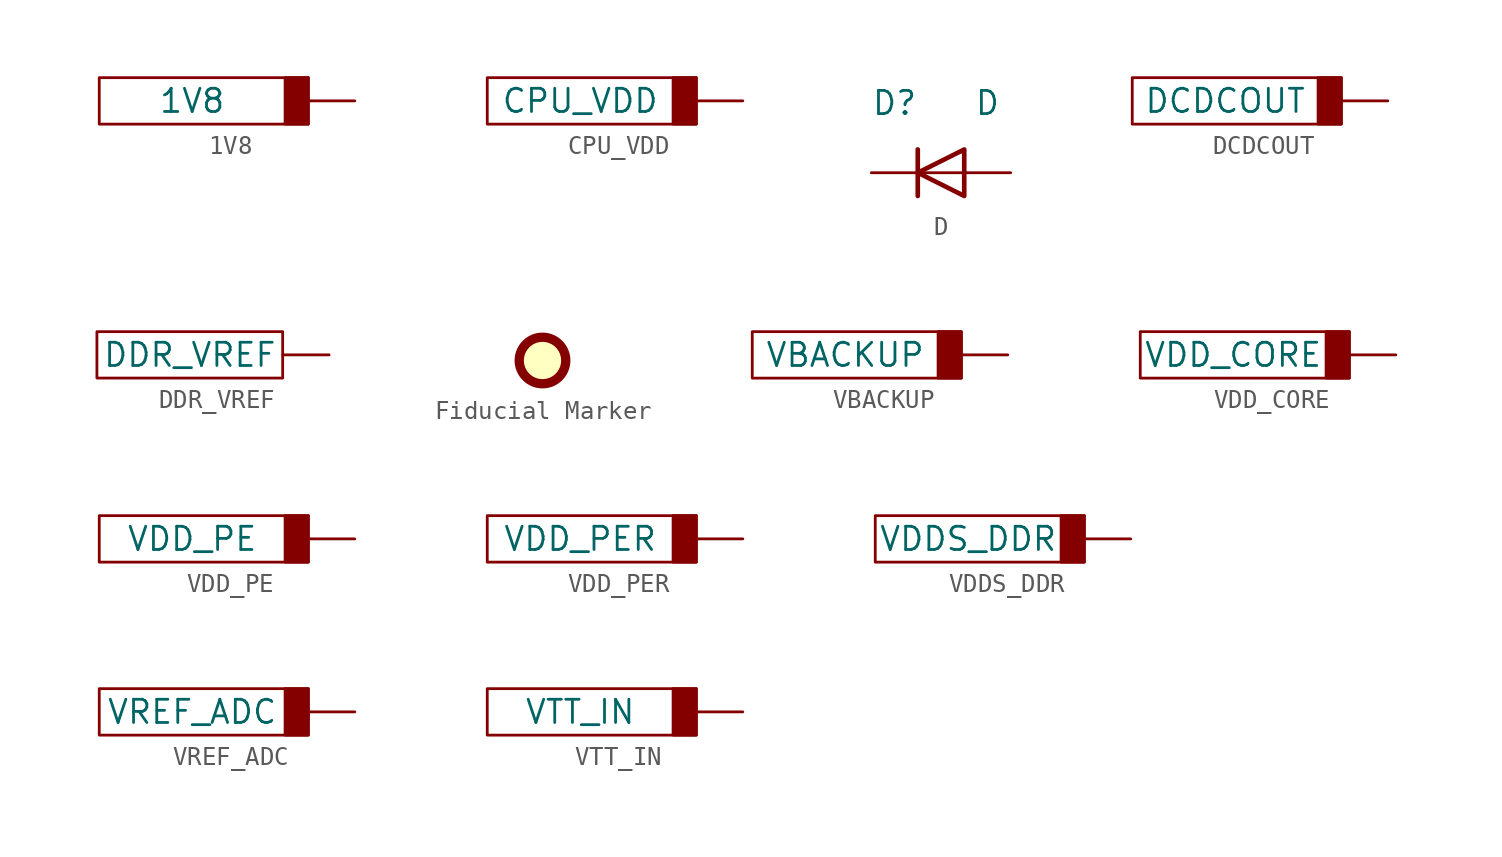
<source format=kicad_sym>
(kicad_symbol_lib
  (version 20211014)
  (generator kicad_symbol_editor)
  (symbol "1V8"
    (power)
    (pin_names
      (offset 0))
    (property "Reference" "#PWR"
      (at 5.08 1.27 0)
      (effects (font (size 1.27 1.27)) hide))
    (property "Value" "1V8"
      (at 5.08 -1.27 0)
      (effects (font (size 1.27 1.27))))
    (symbol "1V8_0_1"
      (polyline (pts (xy 13.97 -1.27) (xy 11.43 -1.27)) (stroke (width 0) (type default) (color 0 0 0 0)) (fill (type none)))
      (rectangle (start 11.43 -2.54) (end 0 0) (stroke (width 0) (type default) (color 0 0 0 0)) (fill (type none)))
      (rectangle (start 11.43 -2.54) (end 10.16 0) (stroke (width 0) (type default) (color 0 0 0 0)) (fill (type outline))))
    (symbol "1V8_1_1"
      (pin power_in line (at 13.97 -1.27 180) (length 0) hide (name "1V8" (effects (font (size 1.27 1.27)))) (number "1" (effects (font (size 1.27 1.27)))))))
  (symbol "CPU_VDD"
    (power)
    (pin_names
      (offset 0))
    (property "Reference" "#PWR"
      (at 5.08 1.27 0)
      (effects (font (size 1.27 1.27)) hide))
    (property "Value" "CPU_VDD"
      (at 5.08 -1.27 0)
      (effects (font (size 1.27 1.27))))
    (symbol "CPU_VDD_0_1"
      (polyline (pts (xy 13.97 -1.27) (xy 11.43 -1.27)) (stroke (width 0) (type default) (color 0 0 0 0)) (fill (type none)))
      (rectangle (start 11.43 -2.54) (end 0 0) (stroke (width 0) (type default) (color 0 0 0 0)) (fill (type none)))
      (rectangle (start 11.43 -2.54) (end 10.16 0) (stroke (width 0) (type default) (color 0 0 0 0)) (fill (type outline))))
    (symbol "CPU_VDD_1_1"
      (pin power_in line (at 13.97 -1.27 180) (length 0) hide (name "CPU_VDD" (effects (font (size 1.27 1.27)))) (number "1" (effects (font (size 1.27 1.27)))))))
  (symbol "D"
    (pin_numbers hide)
    (pin_names
      (offset 1.016) hide)
    (property "Reference" "D"
      (at -2.54 3.81 0)
      (effects (font (size 1.27 1.27))))
    (property "Value" "D"
      (at 2.54 3.81 0)
      (effects (font (size 1.27 1.27))))
    (symbol "D_0_1"
      (polyline (pts (xy -1.27 1.27) (xy -1.27 -1.27)) (stroke (width 0.254) (type default) (color 0 0 0 0)) (fill (type none)))
      (polyline (pts (xy 1.27 0) (xy -1.27 0)) (stroke (width 0) (type default) (color 0 0 0 0)) (fill (type none)))
      (polyline (pts (xy 1.27 1.27) (xy 1.27 -1.27) (xy -1.27 0) (xy 1.27 1.27)) (stroke (width 0.254) (type default) (color 0 0 0 0)) (fill (type none))))
    (symbol "D_1_1"
      (pin passive line (at -3.81 0 0) (length 2.54) (name "K" (effects (font (size 1.27 1.27)))) (number "1" (effects (font (size 1.27 1.27)))))
      (pin passive line (at 3.81 0 180) (length 2.54) (name "A" (effects (font (size 1.27 1.27)))) (number "2" (effects (font (size 1.27 1.27)))))))
  (symbol "DCDCOUT"
    (power)
    (pin_names
      (offset 0))
    (property "Reference" "#PWR"
      (at 5.08 1.27 0)
      (effects (font (size 1.27 1.27)) hide))
    (property "Value" "DCDCOUT"
      (at 5.08 -1.27 0)
      (effects (font (size 1.27 1.27))))
    (symbol "DCDCOUT_0_1"
      (polyline (pts (xy 13.97 -1.27) (xy 11.43 -1.27)) (stroke (width 0) (type default) (color 0 0 0 0)) (fill (type none)))
      (rectangle (start 11.43 -2.54) (end 0 0) (stroke (width 0) (type default) (color 0 0 0 0)) (fill (type none)))
      (rectangle (start 11.43 -2.54) (end 10.16 0) (stroke (width 0) (type default) (color 0 0 0 0)) (fill (type outline))))
    (symbol "DCDCOUT_1_1"
      (pin power_in line (at 13.97 -1.27 180) (length 0) hide (name "DCDCOUT" (effects (font (size 1.27 1.27)))) (number "1" (effects (font (size 1.27 1.27)))))))
  (symbol "DDR_VREF"
    (power)
    (pin_names
      (offset 0))
    (property "Reference" "#PWR"
      (at 5.08 1.27 0)
      (effects (font (size 1.27 1.27)) hide))
    (property "Value" "DDR_VREF"
      (at 5.08 -1.27 0)
      (effects (font (size 1.27 1.27))))
    (symbol "DDR_VREF_0_1"
      (polyline (pts (xy 12.7 -1.27) (xy 10.16 -1.27)) (stroke (width 0) (type default) (color 0 0 0 0)) (fill (type none)))
      (rectangle (start 10.16 -2.54) (end 0 0) (stroke (width 0) (type default) (color 0 0 0 0)) (fill (type none))))
    (symbol "DDR_VREF_1_1"
      (pin power_in line (at 12.7 -1.27 180) (length 0) hide (name "DDR_VREF" (effects (font (size 1.27 1.27)))) (number "1" (effects (font (size 1.27 1.27)))))))
  (symbol "Fiducial Marker"
    (property "Reference" "FID"
      (at 0 8.89 0)
      (effects (font (size 1.27 1.27)) hide))
    (symbol "Fiducial Marker_0_1"
      (circle (center 0 0) (radius 1.27) (stroke (width 0.508) (type default) (color 0 0 0 0)) (fill (type background)))))
  (symbol "VBACKUP"
    (power)
    (pin_names
      (offset 0))
    (property "Reference" "#PWR"
      (at 5.08 1.27 0)
      (effects (font (size 1.27 1.27)) hide))
    (property "Value" "VBACKUP"
      (at 5.08 -1.27 0)
      (effects (font (size 1.27 1.27))))
    (symbol "VBACKUP_0_1"
      (polyline (pts (xy 13.97 -1.27) (xy 11.43 -1.27)) (stroke (width 0) (type default) (color 0 0 0 0)) (fill (type none)))
      (rectangle (start 11.43 -2.54) (end 0 0) (stroke (width 0) (type default) (color 0 0 0 0)) (fill (type none)))
      (rectangle (start 11.43 -2.54) (end 10.16 0) (stroke (width 0) (type default) (color 0 0 0 0)) (fill (type outline))))
    (symbol "VBACKUP_1_1"
      (pin power_in line (at 13.97 -1.27 180) (length 0) hide (name "VBACKUP" (effects (font (size 1.27 1.27)))) (number "1" (effects (font (size 1.27 1.27)))))))
  (symbol "VDD_CORE"
    (power)
    (pin_names
      (offset 0))
    (property "Reference" "#PWR"
      (at 5.08 1.27 0)
      (effects (font (size 1.27 1.27)) hide))
    (property "Value" "VDD_CORE"
      (at 5.08 -1.27 0)
      (effects (font (size 1.27 1.27))))
    (symbol "VDD_CORE_0_1"
      (polyline (pts (xy 13.97 -1.27) (xy 11.43 -1.27)) (stroke (width 0) (type default) (color 0 0 0 0)) (fill (type none)))
      (rectangle (start 11.43 -2.54) (end 0 0) (stroke (width 0) (type default) (color 0 0 0 0)) (fill (type none)))
      (rectangle (start 11.43 -2.54) (end 10.16 0) (stroke (width 0) (type default) (color 0 0 0 0)) (fill (type outline))))
    (symbol "VDD_CORE_1_1"
      (pin power_in line (at 13.97 -1.27 180) (length 0) hide (name "VDD_CORE" (effects (font (size 1.27 1.27)))) (number "1" (effects (font (size 1.27 1.27)))))))
  (symbol "VDD_PE"
    (power)
    (pin_names
      (offset 0))
    (property "Reference" "#PWR"
      (at 5.08 1.27 0)
      (effects (font (size 1.27 1.27)) hide))
    (property "Value" "VDD_PE"
      (at 5.08 -1.27 0)
      (effects (font (size 1.27 1.27))))
    (symbol "VDD_PE_0_1"
      (polyline (pts (xy 13.97 -1.27) (xy 11.43 -1.27)) (stroke (width 0) (type default) (color 0 0 0 0)) (fill (type none)))
      (rectangle (start 11.43 -2.54) (end 0 0) (stroke (width 0) (type default) (color 0 0 0 0)) (fill (type none)))
      (rectangle (start 11.43 -2.54) (end 10.16 0) (stroke (width 0) (type default) (color 0 0 0 0)) (fill (type outline))))
    (symbol "VDD_PE_1_1"
      (pin power_in line (at 13.97 -1.27 180) (length 0) hide (name "VDD_PE" (effects (font (size 1.27 1.27)))) (number "1" (effects (font (size 1.27 1.27)))))))
  (symbol "VDD_PER"
    (power)
    (pin_names
      (offset 0))
    (property "Reference" "#PWR"
      (at 5.08 1.27 0)
      (effects (font (size 1.27 1.27)) hide))
    (property "Value" "VDD_PER"
      (at 5.08 -1.27 0)
      (effects (font (size 1.27 1.27))))
    (symbol "VDD_PER_0_1"
      (polyline (pts (xy 13.97 -1.27) (xy 11.43 -1.27)) (stroke (width 0) (type default) (color 0 0 0 0)) (fill (type none)))
      (rectangle (start 11.43 -2.54) (end 0 0) (stroke (width 0) (type default) (color 0 0 0 0)) (fill (type none)))
      (rectangle (start 11.43 -2.54) (end 10.16 0) (stroke (width 0) (type default) (color 0 0 0 0)) (fill (type outline))))
    (symbol "VDD_PER_1_1"
      (pin power_in line (at 13.97 -1.27 180) (length 0) hide (name "VDD_PER" (effects (font (size 1.27 1.27)))) (number "1" (effects (font (size 1.27 1.27)))))))
  (symbol "VDDS_DDR"
    (power)
    (pin_names
      (offset 0))
    (property "Reference" "#PWR"
      (at 5.08 1.27 0)
      (effects (font (size 1.27 1.27)) hide))
    (property "Value" "VDDS_DDR"
      (at 5.08 -1.27 0)
      (effects (font (size 1.27 1.27))))
    (symbol "VDDS_DDR_0_1"
      (polyline (pts (xy 13.97 -1.27) (xy 11.43 -1.27)) (stroke (width 0) (type default) (color 0 0 0 0)) (fill (type none)))
      (rectangle (start 11.43 -2.54) (end 0 0) (stroke (width 0) (type default) (color 0 0 0 0)) (fill (type none)))
      (rectangle (start 11.43 -2.54) (end 10.16 0) (stroke (width 0) (type default) (color 0 0 0 0)) (fill (type outline))))
    (symbol "VDDS_DDR_1_1"
      (pin power_in line (at 13.97 -1.27 180) (length 0) hide (name "VDDS_DDR" (effects (font (size 1.27 1.27)))) (number "1" (effects (font (size 1.27 1.27)))))))
  (symbol "VREF_ADC"
    (power)
    (pin_names
      (offset 0))
    (property "Reference" "#PWR"
      (at 5.08 1.27 0)
      (effects (font (size 1.27 1.27)) hide))
    (property "Value" "VREF_ADC"
      (at 5.08 -1.27 0)
      (effects (font (size 1.27 1.27))))
    (symbol "VREF_ADC_0_1"
      (polyline (pts (xy 13.97 -1.27) (xy 11.43 -1.27)) (stroke (width 0) (type default) (color 0 0 0 0)) (fill (type none)))
      (rectangle (start 11.43 -2.54) (end 0 0) (stroke (width 0) (type default) (color 0 0 0 0)) (fill (type none)))
      (rectangle (start 11.43 -2.54) (end 10.16 0) (stroke (width 0) (type default) (color 0 0 0 0)) (fill (type outline))))
    (symbol "VREF_ADC_1_1"
      (pin power_in line (at 13.97 -1.27 180) (length 0) hide (name "VREF_AD" (effects (font (size 1.27 1.27)))) (number "1" (effects (font (size 1.27 1.27)))))))
  (symbol "VTT_IN"
    (power)
    (pin_names
      (offset 0))
    (property "Reference" "#PWR"
      (at 5.08 1.27 0)
      (effects (font (size 1.27 1.27)) hide))
    (property "Value" "VTT_IN"
      (at 5.08 -1.27 0)
      (effects (font (size 1.27 1.27))))
    (symbol "VTT_IN_0_1"
      (polyline (pts (xy 13.97 -1.27) (xy 11.43 -1.27)) (stroke (width 0) (type default) (color 0 0 0 0)) (fill (type none)))
      (rectangle (start 11.43 -2.54) (end 0 0) (stroke (width 0) (type default) (color 0 0 0 0)) (fill (type none)))
      (rectangle (start 11.43 -2.54) (end 10.16 0) (stroke (width 0) (type default) (color 0 0 0 0)) (fill (type outline))))
    (symbol "VTT_IN_1_1"
      (pin power_in line (at 13.97 -1.27 180) (length 0) hide (name "VTT_IN" (effects (font (size 1.27 1.27)))) (number "1" (effects (font (size 1.27 1.27))))))))
</source>
